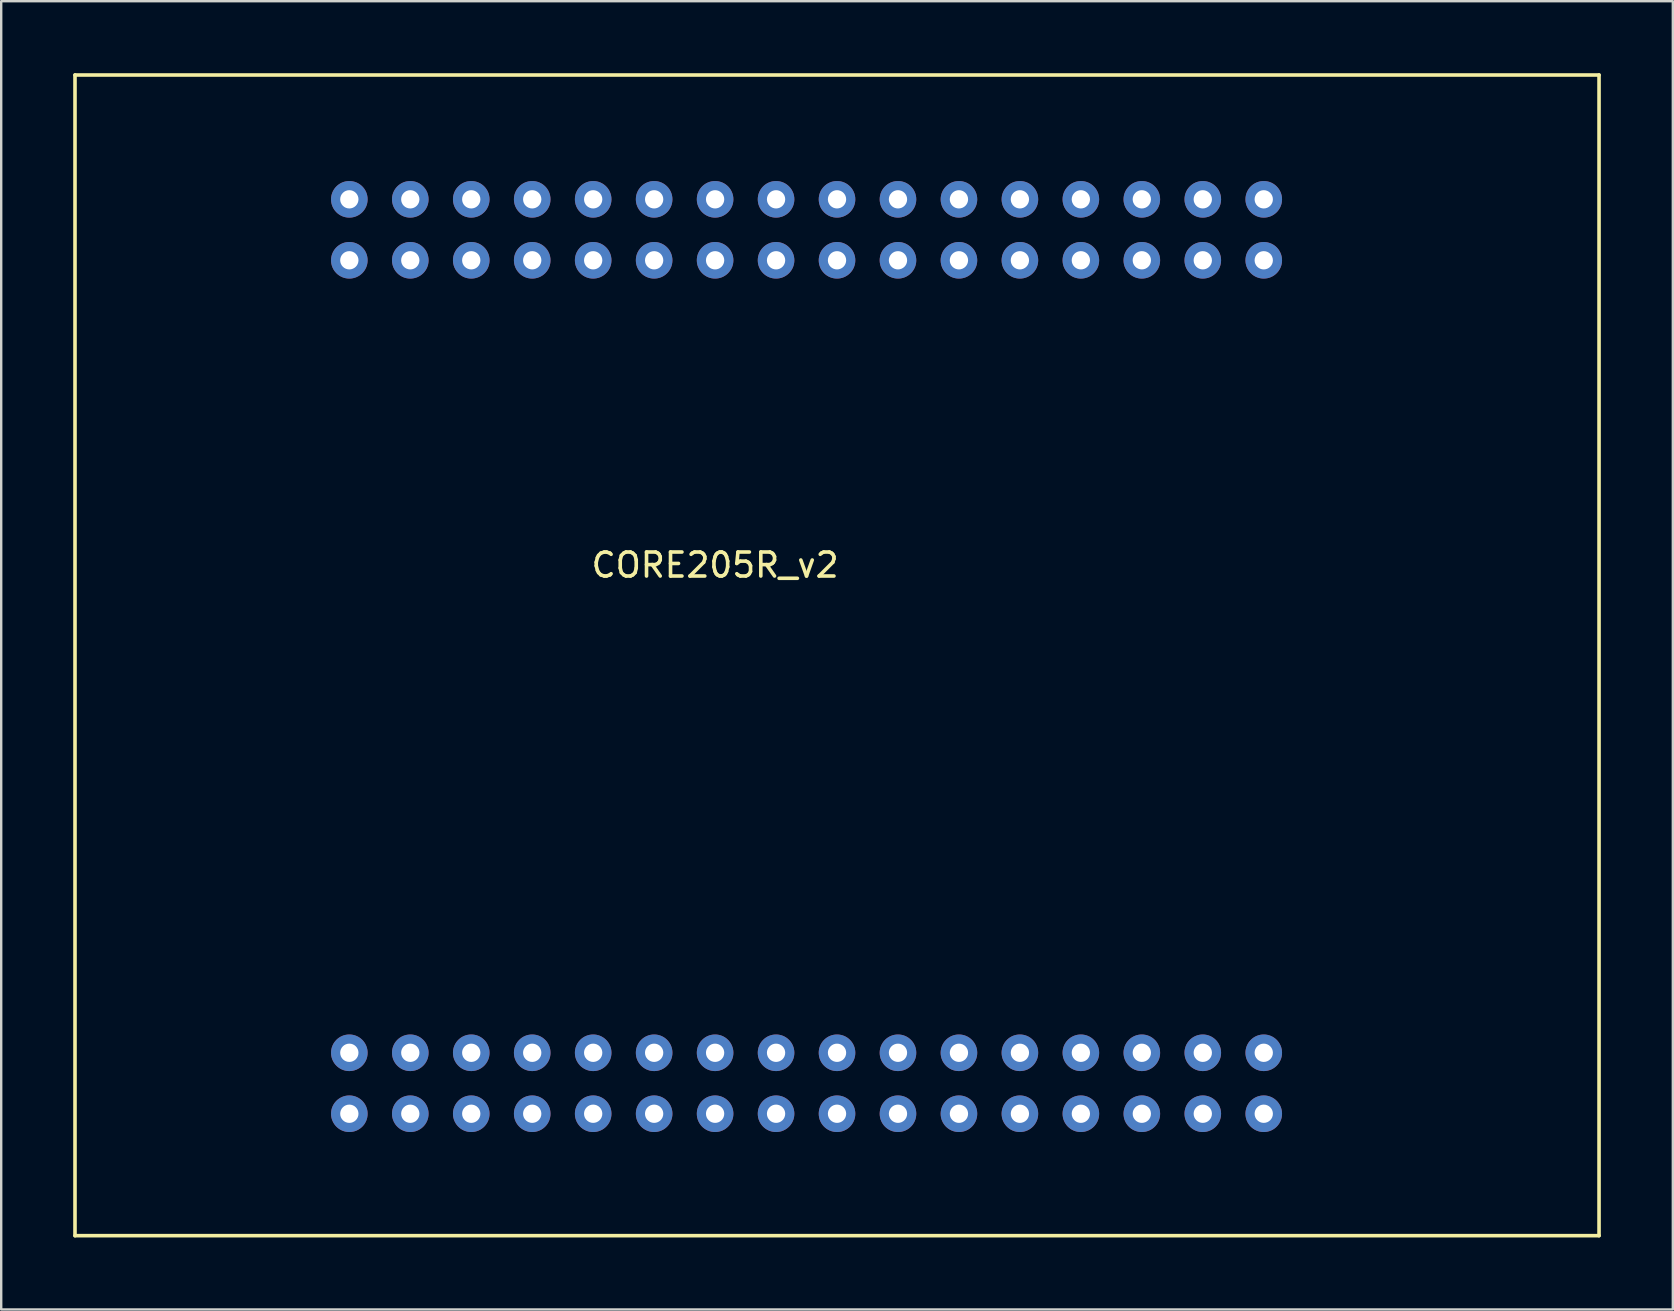
<source format=kicad_pcb>
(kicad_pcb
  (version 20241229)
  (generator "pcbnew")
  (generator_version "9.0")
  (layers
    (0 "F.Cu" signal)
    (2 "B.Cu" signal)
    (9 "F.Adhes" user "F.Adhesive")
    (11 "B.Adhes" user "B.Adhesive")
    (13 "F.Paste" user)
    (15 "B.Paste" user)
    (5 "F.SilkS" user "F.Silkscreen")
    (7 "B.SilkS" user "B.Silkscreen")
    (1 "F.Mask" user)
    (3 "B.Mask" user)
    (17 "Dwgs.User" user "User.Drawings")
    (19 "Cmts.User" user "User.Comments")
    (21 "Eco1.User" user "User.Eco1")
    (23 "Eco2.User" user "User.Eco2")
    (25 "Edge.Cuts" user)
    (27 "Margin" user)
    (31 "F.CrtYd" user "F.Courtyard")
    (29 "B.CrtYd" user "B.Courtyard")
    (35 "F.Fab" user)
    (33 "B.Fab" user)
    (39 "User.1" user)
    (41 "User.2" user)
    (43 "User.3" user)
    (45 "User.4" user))
  (footprint "CORE205R_v2"
    (layer "F.Cu")
    (at 11.505 40.815)
    (property "Reference" "CORE205R_v2" (at 15.24 -20.32 0) (layer "F.SilkS") (effects (font (size 1 1) (thickness 0.15))))
    (attr through_hole)
    (fp_line (start -11.43 -40.74) (end 52.07 -40.74) (stroke (width 0.15) (type solid)) (layer "F.SilkS"))
    (fp_line (start -11.43 7.62) (end -11.43 -40.74) (stroke (width 0.15) (type solid)) (layer "F.SilkS"))
    (fp_line (start -11.43 7.62) (end 52.07 7.62) (stroke (width 0.15) (type solid)) (layer "F.SilkS"))
    (fp_line (start 52.07 7.62) (end 52.07 -40.74) (stroke (width 0.15) (type solid)) (layer "F.SilkS"))
    (pad "1" thru_hole circle (at 0 2.54) (size 1.524 1.524) (drill 0.762) (layers "*.Cu" "*.Mask"))
    (pad "2" thru_hole circle (at 0 0) (size 1.524 1.524) (drill 0.762) (layers "*.Cu" "*.Mask"))
    (pad "3" thru_hole circle (at 2.54 2.54) (size 1.524 1.524) (drill 0.762) (layers "*.Cu" "*.Mask"))
    (pad "4" thru_hole circle (at 2.54 0) (size 1.524 1.524) (drill 0.762) (layers "*.Cu" "*.Mask"))
    (pad "5" thru_hole circle (at 5.08 2.54) (size 1.524 1.524) (drill 0.762) (layers "*.Cu" "*.Mask"))
    (pad "6" thru_hole circle (at 5.08 0) (size 1.524 1.524) (drill 0.762) (layers "*.Cu" "*.Mask"))
    (pad "7" thru_hole circle (at 7.62 2.54) (size 1.524 1.524) (drill 0.762) (layers "*.Cu" "*.Mask"))
    (pad "8" thru_hole circle (at 7.62 0) (size 1.524 1.524) (drill 0.762) (layers "*.Cu" "*.Mask"))
    (pad "9" thru_hole circle (at 10.16 2.54) (size 1.524 1.524) (drill 0.762) (layers "*.Cu" "*.Mask"))
    (pad "10" thru_hole circle (at 10.16 0) (size 1.524 1.524) (drill 0.762) (layers "*.Cu" "*.Mask"))
    (pad "11" thru_hole circle (at 12.7 2.54) (size 1.524 1.524) (drill 0.762) (layers "*.Cu" "*.Mask"))
    (pad "12" thru_hole circle (at 12.7 0) (size 1.524 1.524) (drill 0.762) (layers "*.Cu" "*.Mask"))
    (pad "13" thru_hole circle (at 15.24 2.54) (size 1.524 1.524) (drill 0.762) (layers "*.Cu" "*.Mask"))
    (pad "14" thru_hole circle (at 15.24 0) (size 1.524 1.524) (drill 0.762) (layers "*.Cu" "*.Mask"))
    (pad "15" thru_hole circle (at 17.78 2.54) (size 1.524 1.524) (drill 0.762) (layers "*.Cu" "*.Mask"))
    (pad "16" thru_hole circle (at 17.78 0) (size 1.524 1.524) (drill 0.762) (layers "*.Cu" "*.Mask"))
    (pad "17" thru_hole circle (at 20.32 2.54) (size 1.524 1.524) (drill 0.762) (layers "*.Cu" "*.Mask"))
    (pad "18" thru_hole circle (at 20.32 0) (size 1.524 1.524) (drill 0.762) (layers "*.Cu" "*.Mask"))
    (pad "19" thru_hole circle (at 22.86 2.54) (size 1.524 1.524) (drill 0.762) (layers "*.Cu" "*.Mask"))
    (pad "20" thru_hole circle (at 22.86 0) (size 1.524 1.524) (drill 0.762) (layers "*.Cu" "*.Mask"))
    (pad "21" thru_hole circle (at 25.4 2.54) (size 1.524 1.524) (drill 0.762) (layers "*.Cu" "*.Mask"))
    (pad "22" thru_hole circle (at 25.4 0) (size 1.524 1.524) (drill 0.762) (layers "*.Cu" "*.Mask"))
    (pad "23" thru_hole circle (at 27.94 2.54) (size 1.524 1.524) (drill 0.762) (layers "*.Cu" "*.Mask"))
    (pad "24" thru_hole circle (at 27.94 0) (size 1.524 1.524) (drill 0.762) (layers "*.Cu" "*.Mask"))
    (pad "25" thru_hole circle (at 30.48 2.54) (size 1.524 1.524) (drill 0.762) (layers "*.Cu" "*.Mask"))
    (pad "26" thru_hole circle (at 30.48 0) (size 1.524 1.524) (drill 0.762) (layers "*.Cu" "*.Mask"))
    (pad "27" thru_hole circle (at 33.02 2.54) (size 1.524 1.524) (drill 0.762) (layers "*.Cu" "*.Mask"))
    (pad "28" thru_hole circle (at 33.02 0) (size 1.524 1.524) (drill 0.762) (layers "*.Cu" "*.Mask"))
    (pad "29" thru_hole circle (at 35.56 2.54) (size 1.524 1.524) (drill 0.762) (layers "*.Cu" "*.Mask"))
    (pad "30" thru_hole circle (at 35.56 0) (size 1.524 1.524) (drill 0.762) (layers "*.Cu" "*.Mask"))
    (pad "31" thru_hole circle (at 38.1 2.54) (size 1.524 1.524) (drill 0.762) (layers "*.Cu" "*.Mask"))
    (pad "32" thru_hole circle (at 38.1 0) (size 1.524 1.524) (drill 0.762) (layers "*.Cu" "*.Mask"))
    (pad "33" thru_hole circle (at 38.1 -35.56) (size 1.524 1.524) (drill 0.762) (layers "*.Cu" "*.Mask"))
    (pad "34" thru_hole circle (at 38.1 -33.02) (size 1.524 1.524) (drill 0.762) (layers "*.Cu" "*.Mask"))
    (pad "35" thru_hole circle (at 35.56 -35.56) (size 1.524 1.524) (drill 0.762) (layers "*.Cu" "*.Mask"))
    (pad "36" thru_hole circle (at 35.56 -33.02) (size 1.524 1.524) (drill 0.762) (layers "*.Cu" "*.Mask"))
    (pad "37" thru_hole circle (at 33.02 -35.56) (size 1.524 1.524) (drill 0.762) (layers "*.Cu" "*.Mask"))
    (pad "38" thru_hole circle (at 33.02 -33.02) (size 1.524 1.524) (drill 0.762) (layers "*.Cu" "*.Mask"))
    (pad "39" thru_hole circle (at 30.48 -35.56) (size 1.524 1.524) (drill 0.762) (layers "*.Cu" "*.Mask"))
    (pad "40" thru_hole circle (at 30.48 -33.02) (size 1.524 1.524) (drill 0.762) (layers "*.Cu" "*.Mask"))
    (pad "41" thru_hole circle (at 27.94 -35.56) (size 1.524 1.524) (drill 0.762) (layers "*.Cu" "*.Mask"))
    (pad "42" thru_hole circle (at 27.94 -33.02) (size 1.524 1.524) (drill 0.762) (layers "*.Cu" "*.Mask"))
    (pad "43" thru_hole circle (at 25.4 -35.56) (size 1.524 1.524) (drill 0.762) (layers "*.Cu" "*.Mask"))
    (pad "44" thru_hole circle (at 25.4 -33.02) (size 1.524 1.524) (drill 0.762) (layers "*.Cu" "*.Mask"))
    (pad "45" thru_hole circle (at 22.86 -35.56) (size 1.524 1.524) (drill 0.762) (layers "*.Cu" "*.Mask"))
    (pad "46" thru_hole circle (at 22.86 -33.02) (size 1.524 1.524) (drill 0.762) (layers "*.Cu" "*.Mask"))
    (pad "47" thru_hole circle (at 20.32 -35.56) (size 1.524 1.524) (drill 0.762) (layers "*.Cu" "*.Mask"))
    (pad "48" thru_hole circle (at 20.32 -33.02) (size 1.524 1.524) (drill 0.762) (layers "*.Cu" "*.Mask"))
    (pad "49" thru_hole circle (at 17.78 -35.56) (size 1.524 1.524) (drill 0.762) (layers "*.Cu" "*.Mask"))
    (pad "50" thru_hole circle (at 17.78 -33.02) (size 1.524 1.524) (drill 0.762) (layers "*.Cu" "*.Mask"))
    (pad "51" thru_hole circle (at 15.24 -35.56) (size 1.524 1.524) (drill 0.762) (layers "*.Cu" "*.Mask"))
    (pad "52" thru_hole circle (at 15.24 -33.02) (size 1.524 1.524) (drill 0.762) (layers "*.Cu" "*.Mask"))
    (pad "53" thru_hole circle (at 12.7 -35.56) (size 1.524 1.524) (drill 0.762) (layers "*.Cu" "*.Mask"))
    (pad "54" thru_hole circle (at 12.7 -33.02) (size 1.524 1.524) (drill 0.762) (layers "*.Cu" "*.Mask"))
    (pad "55" thru_hole circle (at 10.16 -35.56) (size 1.524 1.524) (drill 0.762) (layers "*.Cu" "*.Mask"))
    (pad "56" thru_hole circle (at 10.16 -33.02) (size 1.524 1.524) (drill 0.762) (layers "*.Cu" "*.Mask"))
    (pad "57" thru_hole circle (at 7.62 -35.56) (size 1.524 1.524) (drill 0.762) (layers "*.Cu" "*.Mask"))
    (pad "58" thru_hole circle (at 7.62 -33.02) (size 1.524 1.524) (drill 0.762) (layers "*.Cu" "*.Mask"))
    (pad "59" thru_hole circle (at 5.08 -35.56) (size 1.524 1.524) (drill 0.762) (layers "*.Cu" "*.Mask"))
    (pad "60" thru_hole circle (at 5.08 -33.02) (size 1.524 1.524) (drill 0.762) (layers "*.Cu" "*.Mask"))
    (pad "61" thru_hole circle (at 2.54 -35.56) (size 1.524 1.524) (drill 0.762) (layers "*.Cu" "*.Mask"))
    (pad "62" thru_hole circle (at 2.54 -33.02) (size 1.524 1.524) (drill 0.762) (layers "*.Cu" "*.Mask"))
    (pad "63" thru_hole circle (at 0 -35.56) (size 1.524 1.524) (drill 0.762) (layers "*.Cu" "*.Mask"))
    (pad "64" thru_hole circle (at 0 -33.02) (size 1.524 1.524) (drill 0.762) (layers "*.Cu" "*.Mask")))
  (gr_rect
    (start -3 -3)
    (end 66.65 51.51)
    (stroke (width 0.1) (type default))
    (fill no)
    (layer "Edge.Cuts")))
</source>
